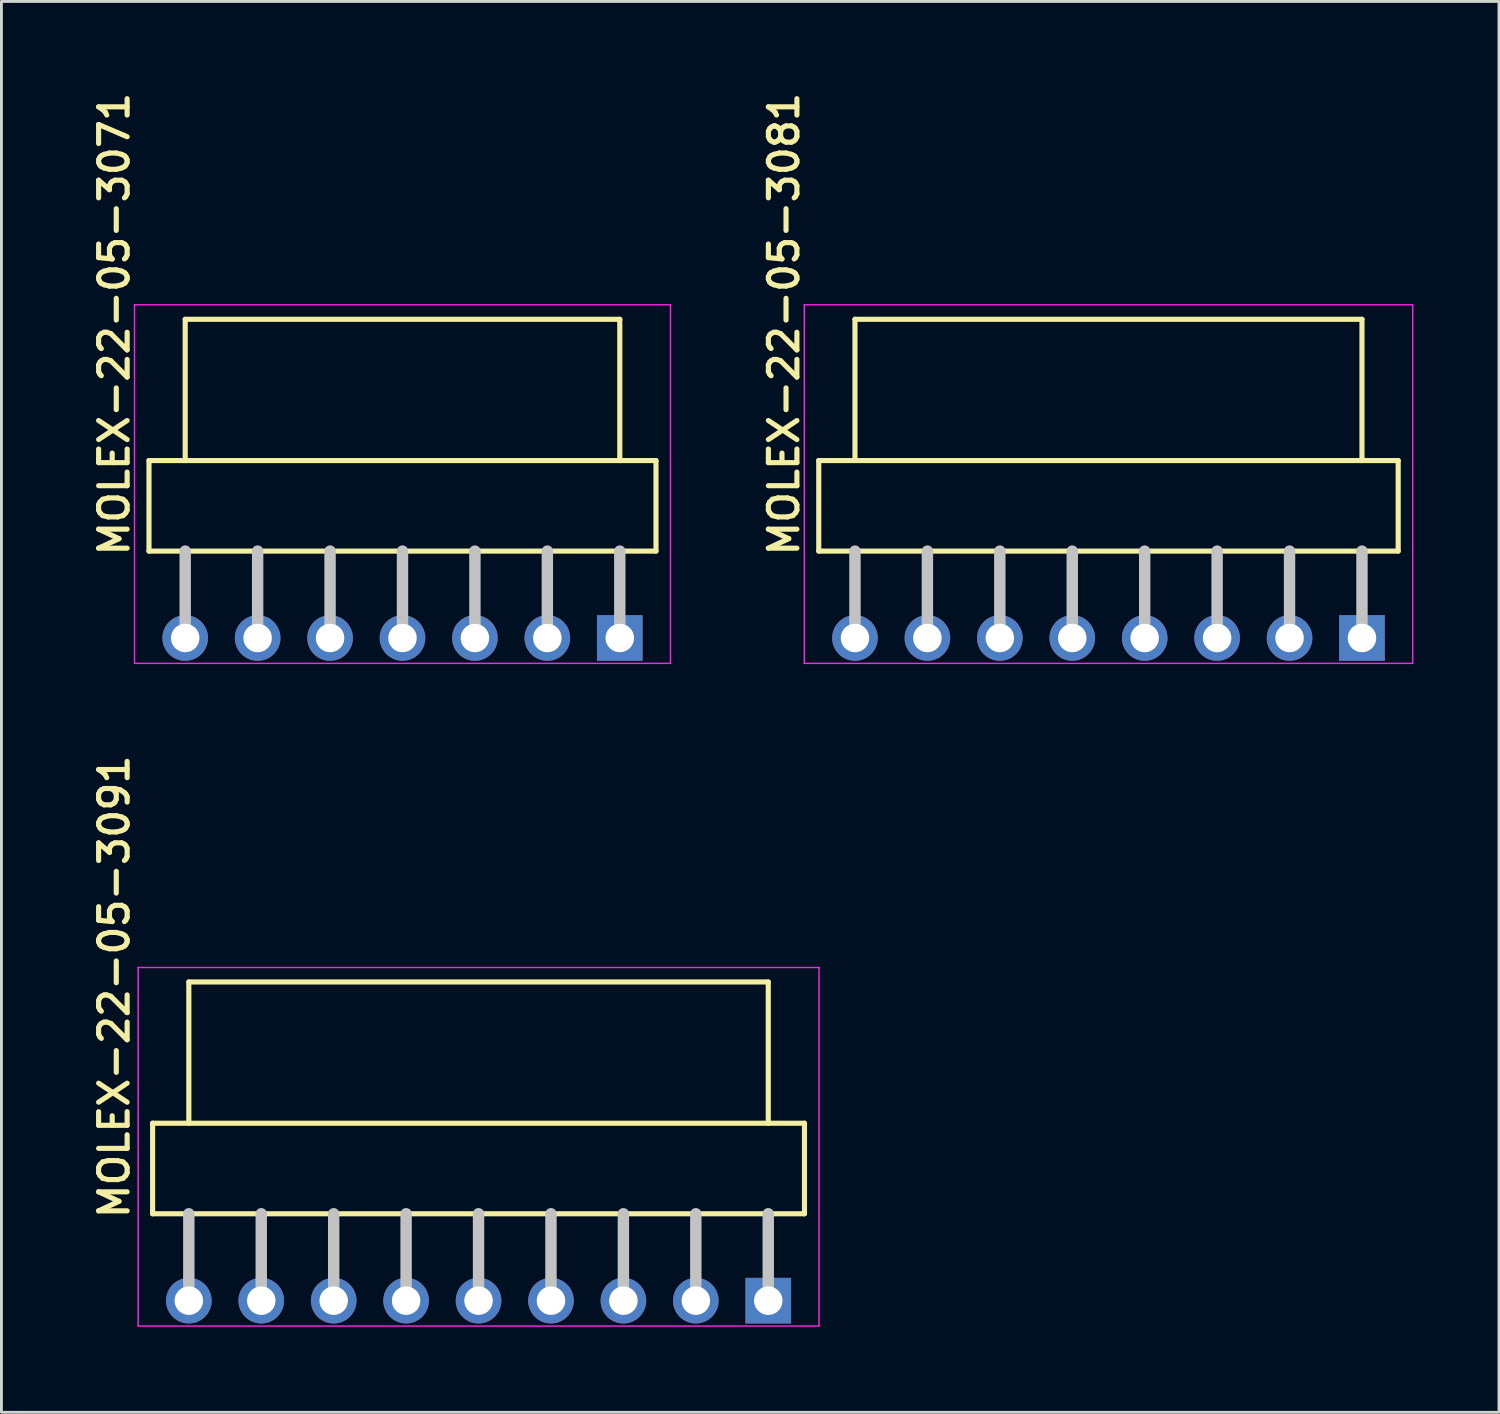
<source format=kicad_pcb>
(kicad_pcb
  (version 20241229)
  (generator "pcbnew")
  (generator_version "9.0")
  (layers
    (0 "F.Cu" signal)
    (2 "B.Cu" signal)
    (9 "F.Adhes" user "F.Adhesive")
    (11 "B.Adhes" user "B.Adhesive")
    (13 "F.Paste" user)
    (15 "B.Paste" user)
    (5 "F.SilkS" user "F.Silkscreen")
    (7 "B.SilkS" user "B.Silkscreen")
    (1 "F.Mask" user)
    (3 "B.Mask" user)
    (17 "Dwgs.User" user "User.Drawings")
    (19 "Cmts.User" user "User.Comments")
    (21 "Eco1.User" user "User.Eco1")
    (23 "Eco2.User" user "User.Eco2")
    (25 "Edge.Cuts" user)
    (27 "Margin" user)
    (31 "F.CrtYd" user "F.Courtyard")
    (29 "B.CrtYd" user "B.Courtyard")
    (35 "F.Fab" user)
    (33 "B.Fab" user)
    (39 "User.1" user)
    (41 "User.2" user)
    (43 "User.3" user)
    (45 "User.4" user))
  (footprint "MOLEX-22-05-3091"
    (layer "F.Cu")
    (at 13.732 42.563)
    (property "Reference" "MOLEX-22-05-3091" (at -12.192 -2.794 90) (layer "F.SilkS") (effects (font (size 1 1) (thickness 0.18)) (justify left bottom)))
    (attr through_hole)
    (fp_line (start -11.43 -6.223) (end -11.43 -3.048) (stroke (width 0.18) (type solid)) (layer "F.SilkS"))
    (fp_line (start -11.43 -3.048) (end 11.43 -3.048) (stroke (width 0.18) (type solid)) (layer "F.SilkS"))
    (fp_line (start -10.16 -11.176) (end 10.16 -11.176) (stroke (width 0.18) (type solid)) (layer "F.SilkS"))
    (fp_line (start -10.16 -6.223) (end -10.16 -11.176) (stroke (width 0.18) (type solid)) (layer "F.SilkS"))
    (fp_line (start 10.16 -6.223) (end 10.16 -11.176) (stroke (width 0.18) (type solid)) (layer "F.SilkS"))
    (fp_line (start 11.43 -6.223) (end -11.43 -6.223) (stroke (width 0.18) (type solid)) (layer "F.SilkS"))
    (fp_line (start 11.43 -3.048) (end 11.43 -6.223) (stroke (width 0.18) (type solid)) (layer "F.SilkS"))
    (fp_line (start -10.16 -3.048) (end -10.16 0) (stroke (width 0.4) (type solid)) (layer "Dwgs.User"))
    (fp_line (start -7.62 -3.048) (end -7.62 0) (stroke (width 0.4) (type solid)) (layer "Dwgs.User"))
    (fp_line (start -5.08 -3.048) (end -5.08 0) (stroke (width 0.4) (type solid)) (layer "Dwgs.User"))
    (fp_line (start -2.54 -3.048) (end -2.54 0) (stroke (width 0.4) (type solid)) (layer "Dwgs.User"))
    (fp_line (start 0 -3.048) (end 0 0) (stroke (width 0.4) (type solid)) (layer "Dwgs.User"))
    (fp_line (start 2.54 -3.048) (end 2.54 0) (stroke (width 0.4) (type solid)) (layer "Dwgs.User"))
    (fp_line (start 5.08 -3.048) (end 5.08 0) (stroke (width 0.4) (type solid)) (layer "Dwgs.User"))
    (fp_line (start 7.62 -3.048) (end 7.62 0) (stroke (width 0.4) (type solid)) (layer "Dwgs.User"))
    (fp_line (start 10.16 -3.048) (end 10.16 0) (stroke (width 0.4) (type solid)) (layer "Dwgs.User"))
    (fp_line (start -11.938 -11.684) (end 11.938 -11.684) (stroke (width 0.05) (type solid)) (layer "F.CrtYd"))
    (fp_line (start -11.938 0.889) (end -11.938 -11.684) (stroke (width 0.05) (type solid)) (layer "F.CrtYd"))
    (fp_line (start 11.938 -11.684) (end 11.938 0.889) (stroke (width 0.05) (type solid)) (layer "F.CrtYd"))
    (fp_line (start 11.938 0.889) (end -11.938 0.889) (stroke (width 0.05) (type solid)) (layer "F.CrtYd"))
    (pad "1" thru_hole rect (at 10.16 0) (size 1.6 1.6) (drill 1) (layers "*.Cu" "*.Mask"))
    (pad "2" thru_hole circle (at 7.62 0) (size 1.6 1.6) (drill 1) (layers "*.Cu" "*.Mask"))
    (pad "3" thru_hole circle (at 5.08 0) (size 1.6 1.6) (drill 1) (layers "*.Cu" "*.Mask"))
    (pad "4" thru_hole circle (at 2.54 0) (size 1.6 1.6) (drill 1) (layers "*.Cu" "*.Mask"))
    (pad "5" thru_hole circle (at 0 0) (size 1.6 1.6) (drill 1) (layers "*.Cu" "*.Mask"))
    (pad "6" thru_hole circle (at -2.54 0) (size 1.6 1.6) (drill 1) (layers "*.Cu" "*.Mask"))
    (pad "7" thru_hole circle (at -5.08 0) (size 1.6 1.6) (drill 1) (layers "*.Cu" "*.Mask"))
    (pad "8" thru_hole circle (at -7.62 0) (size 1.6 1.6) (drill 1) (layers "*.Cu" "*.Mask"))
    (pad "9" thru_hole circle (at -10.16 0) (size 1.6 1.6) (drill 1) (layers "*.Cu" "*.Mask")))
  (footprint "MOLEX-22-05-3071"
    (layer "F.Cu")
    (at 11.065 19.324)
    (property "Reference" "MOLEX-22-05-3071" (at -9.525 -2.794 90) (layer "F.SilkS") (effects (font (size 1 1) (thickness 0.18)) (justify left bottom)))
    (attr through_hole)
    (fp_line (start -8.89 -6.223) (end -8.89 -3.048) (stroke (width 0.18) (type solid)) (layer "F.SilkS"))
    (fp_line (start -8.89 -3.048) (end 8.89 -3.048) (stroke (width 0.18) (type solid)) (layer "F.SilkS"))
    (fp_line (start -7.62 -11.176) (end 7.62 -11.176) (stroke (width 0.18) (type solid)) (layer "F.SilkS"))
    (fp_line (start -7.62 -6.223) (end -7.62 -11.176) (stroke (width 0.18) (type solid)) (layer "F.SilkS"))
    (fp_line (start 7.62 -6.223) (end 7.62 -11.176) (stroke (width 0.18) (type solid)) (layer "F.SilkS"))
    (fp_line (start 8.89 -6.223) (end -8.89 -6.223) (stroke (width 0.18) (type solid)) (layer "F.SilkS"))
    (fp_line (start 8.89 -3.048) (end 8.89 -6.223) (stroke (width 0.18) (type solid)) (layer "F.SilkS"))
    (fp_line (start -7.62 -3.048) (end -7.62 0) (stroke (width 0.4) (type solid)) (layer "Dwgs.User"))
    (fp_line (start -5.08 -3.048) (end -5.08 0) (stroke (width 0.4) (type solid)) (layer "Dwgs.User"))
    (fp_line (start -2.54 -3.048) (end -2.54 0) (stroke (width 0.4) (type solid)) (layer "Dwgs.User"))
    (fp_line (start 0 -3.048) (end 0 0) (stroke (width 0.4) (type solid)) (layer "Dwgs.User"))
    (fp_line (start 2.54 -3.048) (end 2.54 0) (stroke (width 0.4) (type solid)) (layer "Dwgs.User"))
    (fp_line (start 5.08 -3.048) (end 5.08 0) (stroke (width 0.4) (type solid)) (layer "Dwgs.User"))
    (fp_line (start 7.62 -3.048) (end 7.62 0) (stroke (width 0.4) (type solid)) (layer "Dwgs.User"))
    (fp_line (start -9.398 -11.684) (end 9.398 -11.684) (stroke (width 0.05) (type solid)) (layer "F.CrtYd"))
    (fp_line (start -9.398 0.889) (end -9.398 -11.684) (stroke (width 0.05) (type solid)) (layer "F.CrtYd"))
    (fp_line (start 9.398 -11.684) (end 9.398 0.889) (stroke (width 0.05) (type solid)) (layer "F.CrtYd"))
    (fp_line (start 9.398 0.889) (end -9.398 0.889) (stroke (width 0.05) (type solid)) (layer "F.CrtYd"))
    (pad "1" thru_hole rect (at 7.62 0) (size 1.6 1.6) (drill 1) (layers "*.Cu" "*.Mask"))
    (pad "2" thru_hole circle (at 5.08 0) (size 1.6 1.6) (drill 1) (layers "*.Cu" "*.Mask"))
    (pad "3" thru_hole circle (at 2.54 0) (size 1.6 1.6) (drill 1) (layers "*.Cu" "*.Mask"))
    (pad "4" thru_hole circle (at 0 0) (size 1.6 1.6) (drill 1) (layers "*.Cu" "*.Mask"))
    (pad "5" thru_hole circle (at -2.54 0) (size 1.6 1.6) (drill 1) (layers "*.Cu" "*.Mask"))
    (pad "6" thru_hole circle (at -5.08 0) (size 1.6 1.6) (drill 1) (layers "*.Cu" "*.Mask"))
    (pad "7" thru_hole circle (at -7.62 0) (size 1.6 1.6) (drill 1) (layers "*.Cu" "*.Mask")))
  (footprint "MOLEX-22-05-3081"
    (layer "F.Cu")
    (at 35.823 19.324)
    (property "Reference" "MOLEX-22-05-3081" (at -10.795 -2.794 90) (layer "F.SilkS") (effects (font (size 1 1) (thickness 0.18)) (justify left bottom)))
    (attr through_hole)
    (fp_line (start -10.16 -6.223) (end -10.16 -3.048) (stroke (width 0.18) (type solid)) (layer "F.SilkS"))
    (fp_line (start -10.16 -3.048) (end 10.16 -3.048) (stroke (width 0.18) (type solid)) (layer "F.SilkS"))
    (fp_line (start -8.89 -6.223) (end -8.89 -11.176) (stroke (width 0.18) (type solid)) (layer "F.SilkS"))
    (fp_line (start 8.89 -11.176) (end -8.89 -11.176) (stroke (width 0.18) (type solid)) (layer "F.SilkS"))
    (fp_line (start 8.89 -6.223) (end 8.89 -11.176) (stroke (width 0.18) (type solid)) (layer "F.SilkS"))
    (fp_line (start 10.16 -6.223) (end -10.16 -6.223) (stroke (width 0.18) (type solid)) (layer "F.SilkS"))
    (fp_line (start 10.16 -3.048) (end 10.16 -6.223) (stroke (width 0.18) (type solid)) (layer "F.SilkS"))
    (fp_line (start -8.89 -3.048) (end -8.89 0) (stroke (width 0.4) (type solid)) (layer "Dwgs.User"))
    (fp_line (start -6.35 -3.048) (end -6.35 0) (stroke (width 0.4) (type solid)) (layer "Dwgs.User"))
    (fp_line (start -3.81 -3.048) (end -3.81 0) (stroke (width 0.4) (type solid)) (layer "Dwgs.User"))
    (fp_line (start -1.27 -3.048) (end -1.27 0) (stroke (width 0.4) (type solid)) (layer "Dwgs.User"))
    (fp_line (start 1.27 -3.048) (end 1.27 0) (stroke (width 0.4) (type solid)) (layer "Dwgs.User"))
    (fp_line (start 3.81 -3.048) (end 3.81 0) (stroke (width 0.4) (type solid)) (layer "Dwgs.User"))
    (fp_line (start 6.35 -3.048) (end 6.35 0) (stroke (width 0.4) (type solid)) (layer "Dwgs.User"))
    (fp_line (start 8.89 -3.048) (end 8.89 0) (stroke (width 0.4) (type solid)) (layer "Dwgs.User"))
    (fp_line (start -10.668 -11.684) (end 10.668 -11.684) (stroke (width 0.05) (type solid)) (layer "F.CrtYd"))
    (fp_line (start -10.668 0.889) (end -10.668 -11.684) (stroke (width 0.05) (type solid)) (layer "F.CrtYd"))
    (fp_line (start 10.668 -11.684) (end 10.668 0.889) (stroke (width 0.05) (type solid)) (layer "F.CrtYd"))
    (fp_line (start 10.668 0.889) (end -10.668 0.889) (stroke (width 0.05) (type solid)) (layer "F.CrtYd"))
    (pad "1" thru_hole rect (at 8.89 0) (size 1.6 1.6) (drill 1) (layers "*.Cu" "*.Mask"))
    (pad "2" thru_hole circle (at 6.35 0) (size 1.6 1.6) (drill 1) (layers "*.Cu" "*.Mask"))
    (pad "3" thru_hole circle (at 3.81 0) (size 1.6 1.6) (drill 1) (layers "*.Cu" "*.Mask"))
    (pad "4" thru_hole circle (at 1.27 0) (size 1.6 1.6) (drill 1) (layers "*.Cu" "*.Mask"))
    (pad "5" thru_hole circle (at -1.27 0) (size 1.6 1.6) (drill 1) (layers "*.Cu" "*.Mask"))
    (pad "6" thru_hole circle (at -3.81 0) (size 1.6 1.6) (drill 1) (layers "*.Cu" "*.Mask"))
    (pad "7" thru_hole circle (at -6.35 0) (size 1.6 1.6) (drill 1) (layers "*.Cu" "*.Mask"))
    (pad "8" thru_hole circle (at -8.89 0) (size 1.6 1.6) (drill 1) (layers "*.Cu" "*.Mask")))
  (gr_rect
    (start -3 -3)
    (end 49.516 46.477)
    (stroke (width 0.1) (type default))
    (fill no)
    (layer "Edge.Cuts")))
</source>
